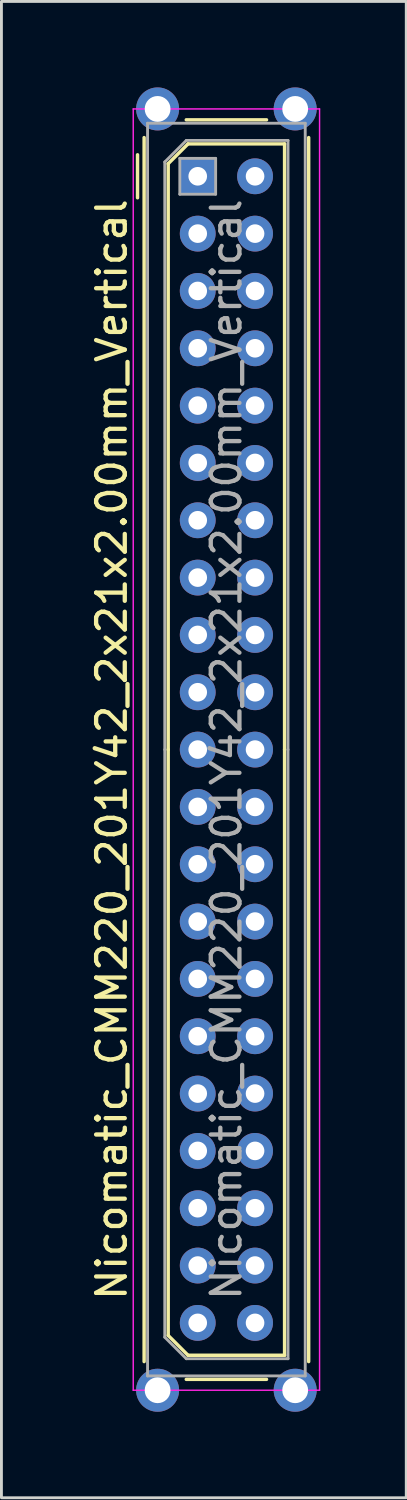
<source format=kicad_pcb>
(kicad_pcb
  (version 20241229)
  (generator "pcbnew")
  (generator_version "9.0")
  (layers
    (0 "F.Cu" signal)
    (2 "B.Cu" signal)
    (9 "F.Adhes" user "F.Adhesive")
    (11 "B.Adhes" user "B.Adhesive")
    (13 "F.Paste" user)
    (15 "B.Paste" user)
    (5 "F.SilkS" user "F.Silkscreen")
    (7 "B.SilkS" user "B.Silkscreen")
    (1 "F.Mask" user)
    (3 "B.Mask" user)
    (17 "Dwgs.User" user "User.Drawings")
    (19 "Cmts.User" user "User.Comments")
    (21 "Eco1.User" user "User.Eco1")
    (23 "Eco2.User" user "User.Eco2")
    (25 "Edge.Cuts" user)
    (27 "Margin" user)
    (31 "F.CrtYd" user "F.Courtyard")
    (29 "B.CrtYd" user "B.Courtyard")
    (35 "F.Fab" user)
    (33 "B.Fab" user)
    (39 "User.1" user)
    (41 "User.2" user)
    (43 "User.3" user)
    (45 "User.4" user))
  (footprint "Nicomatic_CMM220_201Y42_2x21x2.00mm_Vertical"
    (layer "F.Cu")
    (at 3.848 3.1)
    (property "Reference" "Nicomatic_CMM220_201Y42_2x21x2.00mm_Vertical" (at -3 20 90) (layer "F.SilkS") (effects (font (size 1 1) (thickness 0.15))))
    (attr through_hole)
    (fp_line (start -2.1 -0.75) (end -2.1 0.75) (stroke (width 0.12) (type solid)) (layer "F.SilkS"))
    (fp_line (start -1.87 41.35) (end -1.87 -1.35) (stroke (width 0.12) (type solid)) (layer "F.SilkS"))
    (fp_line (start -1.03 -0.44) (end -0.34 -1.13) (stroke (width 0.12) (type solid)) (layer "F.SilkS"))
    (fp_line (start -1.03 20) (end -1.03 -0.44) (stroke (width 0.12) (type solid)) (layer "F.SilkS"))
    (fp_line (start -1.03 20) (end -1.03 40.44) (stroke (width 0.12) (type solid)) (layer "F.SilkS"))
    (fp_line (start -1.03 40.44) (end -0.34 41.13) (stroke (width 0.12) (type solid)) (layer "F.SilkS"))
    (fp_line (start -0.4 -1.97) (end 2.4 -1.97) (stroke (width 0.12) (type solid)) (layer "F.SilkS"))
    (fp_line (start -0.4 41.97) (end 2.4 41.97) (stroke (width 0.12) (type solid)) (layer "F.SilkS"))
    (fp_line (start -0.34 -1.13) (end 3.03 -1.13) (stroke (width 0.12) (type solid)) (layer "F.SilkS"))
    (fp_line (start -0.34 41.13) (end 3.03 41.13) (stroke (width 0.12) (type solid)) (layer "F.SilkS"))
    (fp_line (start 3.03 -1.13) (end 3.03 20) (stroke (width 0.12) (type solid)) (layer "F.SilkS"))
    (fp_line (start 3.03 41.13) (end 3.03 20) (stroke (width 0.12) (type solid)) (layer "F.SilkS"))
    (fp_line (start 3.87 41.35) (end 3.87 -1.35) (stroke (width 0.12) (type solid)) (layer "F.SilkS"))
    (fp_line (start -2.25 -2.35) (end -2.25 42.35) (stroke (width 0.05) (type solid)) (layer "F.CrtYd"))
    (fp_line (start -2.25 42.35) (end 4.25 42.35) (stroke (width 0.05) (type solid)) (layer "F.CrtYd"))
    (fp_line (start 4.25 -2.35) (end -2.25 -2.35) (stroke (width 0.05) (type solid)) (layer "F.CrtYd"))
    (fp_line (start 4.25 42.35) (end 4.25 -2.35) (stroke (width 0.05) (type solid)) (layer "F.CrtYd"))
    (fp_line (start -1.75 -1.85) (end -1.75 41.85) (stroke (width 0.1) (type solid)) (layer "F.Fab"))
    (fp_line (start -1.75 41.85) (end 3.75 41.85) (stroke (width 0.1) (type solid)) (layer "F.Fab"))
    (fp_line (start -1.15 -0.5) (end -0.4 -1.25) (stroke (width 0.1) (type solid)) (layer "F.Fab"))
    (fp_line (start -1.15 20) (end -1.15 -0.5) (stroke (width 0.1) (type solid)) (layer "F.Fab"))
    (fp_line (start -1.15 20) (end -1.15 40.5) (stroke (width 0.1) (type solid)) (layer "F.Fab"))
    (fp_line (start -1.15 40.5) (end -0.4 41.25) (stroke (width 0.1) (type solid)) (layer "F.Fab"))
    (fp_line (start -0.625 -0.625) (end -0.625 0.625) (stroke (width 0.1) (type solid)) (layer "F.Fab"))
    (fp_line (start -0.625 0.625) (end 0.625 0.625) (stroke (width 0.1) (type solid)) (layer "F.Fab"))
    (fp_line (start -0.4 -1.25) (end 3.15 -1.25) (stroke (width 0.1) (type solid)) (layer "F.Fab"))
    (fp_line (start -0.4 41.25) (end 3.15 41.25) (stroke (width 0.1) (type solid)) (layer "F.Fab"))
    (fp_line (start 0.625 -0.625) (end -0.625 -0.625) (stroke (width 0.1) (type solid)) (layer "F.Fab"))
    (fp_line (start 0.625 0.625) (end 0.625 -0.625) (stroke (width 0.1) (type solid)) (layer "F.Fab"))
    (fp_line (start 3.15 -1.25) (end 3.15 20) (stroke (width 0.1) (type solid)) (layer "F.Fab"))
    (fp_line (start 3.15 41.25) (end 3.15 20) (stroke (width 0.1) (type solid)) (layer "F.Fab"))
    (fp_line (start 3.75 -1.85) (end -1.75 -1.85) (stroke (width 0.1) (type solid)) (layer "F.Fab"))
    (fp_line (start 3.75 41.85) (end 3.75 -1.85) (stroke (width 0.1) (type solid)) (layer "F.Fab"))
    (fp_text user "${REFERENCE}" (at 1 20 90) (layer "F.Fab") (effects (font (size 1 1) (thickness 0.15))))
    (pad "" thru_hole circle (at -1.4 -2.35) (size 1.5 1.5) (drill 0.9) (layers "*.Cu" "*.Mask"))
    (pad "" thru_hole circle (at -1.4 42.35) (size 1.5 1.5) (drill 0.9) (layers "*.Cu" "*.Mask"))
    (pad "" thru_hole circle (at 3.4 -2.35) (size 1.5 1.5) (drill 0.9) (layers "*.Cu" "*.Mask"))
    (pad "" thru_hole circle (at 3.4 42.35) (size 1.5 1.5) (drill 0.9) (layers "*.Cu" "*.Mask"))
    (pad "1" thru_hole rect (at 0 0) (size 1.25 1.25) (drill 0.65) (layers "*.Cu" "*.Mask"))
    (pad "2" thru_hole oval (at 0 2) (size 1.25 1.25) (drill 0.65) (layers "*.Cu" "*.Mask"))
    (pad "3" thru_hole oval (at 0 4) (size 1.25 1.25) (drill 0.65) (layers "*.Cu" "*.Mask"))
    (pad "4" thru_hole oval (at 0 6) (size 1.25 1.25) (drill 0.65) (layers "*.Cu" "*.Mask"))
    (pad "5" thru_hole oval (at 0 8) (size 1.25 1.25) (drill 0.65) (layers "*.Cu" "*.Mask"))
    (pad "6" thru_hole oval (at 0 10) (size 1.25 1.25) (drill 0.65) (layers "*.Cu" "*.Mask"))
    (pad "7" thru_hole oval (at 0 12) (size 1.25 1.25) (drill 0.65) (layers "*.Cu" "*.Mask"))
    (pad "8" thru_hole oval (at 0 14) (size 1.25 1.25) (drill 0.65) (layers "*.Cu" "*.Mask"))
    (pad "9" thru_hole oval (at 0 16) (size 1.25 1.25) (drill 0.65) (layers "*.Cu" "*.Mask"))
    (pad "10" thru_hole oval (at 0 18) (size 1.25 1.25) (drill 0.65) (layers "*.Cu" "*.Mask"))
    (pad "11" thru_hole oval (at 0 20) (size 1.25 1.25) (drill 0.65) (layers "*.Cu" "*.Mask"))
    (pad "12" thru_hole oval (at 0 22) (size 1.25 1.25) (drill 0.65) (layers "*.Cu" "*.Mask"))
    (pad "13" thru_hole oval (at 0 24) (size 1.25 1.25) (drill 0.65) (layers "*.Cu" "*.Mask"))
    (pad "14" thru_hole oval (at 0 26) (size 1.25 1.25) (drill 0.65) (layers "*.Cu" "*.Mask"))
    (pad "15" thru_hole oval (at 0 28) (size 1.25 1.25) (drill 0.65) (layers "*.Cu" "*.Mask"))
    (pad "16" thru_hole oval (at 0 30) (size 1.25 1.25) (drill 0.65) (layers "*.Cu" "*.Mask"))
    (pad "17" thru_hole oval (at 0 32) (size 1.25 1.25) (drill 0.65) (layers "*.Cu" "*.Mask"))
    (pad "18" thru_hole oval (at 0 34) (size 1.25 1.25) (drill 0.65) (layers "*.Cu" "*.Mask"))
    (pad "19" thru_hole oval (at 0 36) (size 1.25 1.25) (drill 0.65) (layers "*.Cu" "*.Mask"))
    (pad "20" thru_hole oval (at 0 38) (size 1.25 1.25) (drill 0.65) (layers "*.Cu" "*.Mask"))
    (pad "21" thru_hole oval (at 0 40) (size 1.25 1.25) (drill 0.65) (layers "*.Cu" "*.Mask"))
    (pad "22" thru_hole oval (at 2 0) (size 1.25 1.25) (drill 0.65) (layers "*.Cu" "*.Mask"))
    (pad "23" thru_hole oval (at 2 2) (size 1.25 1.25) (drill 0.65) (layers "*.Cu" "*.Mask"))
    (pad "24" thru_hole oval (at 2 4) (size 1.25 1.25) (drill 0.65) (layers "*.Cu" "*.Mask"))
    (pad "25" thru_hole oval (at 2 6) (size 1.25 1.25) (drill 0.65) (layers "*.Cu" "*.Mask"))
    (pad "26" thru_hole oval (at 2 8) (size 1.25 1.25) (drill 0.65) (layers "*.Cu" "*.Mask"))
    (pad "27" thru_hole oval (at 2 10) (size 1.25 1.25) (drill 0.65) (layers "*.Cu" "*.Mask"))
    (pad "28" thru_hole oval (at 2 12) (size 1.25 1.25) (drill 0.65) (layers "*.Cu" "*.Mask"))
    (pad "29" thru_hole oval (at 2 14) (size 1.25 1.25) (drill 0.65) (layers "*.Cu" "*.Mask"))
    (pad "30" thru_hole oval (at 2 16) (size 1.25 1.25) (drill 0.65) (layers "*.Cu" "*.Mask"))
    (pad "31" thru_hole oval (at 2 18) (size 1.25 1.25) (drill 0.65) (layers "*.Cu" "*.Mask"))
    (pad "32" thru_hole oval (at 2 20) (size 1.25 1.25) (drill 0.65) (layers "*.Cu" "*.Mask"))
    (pad "33" thru_hole oval (at 2 22) (size 1.25 1.25) (drill 0.65) (layers "*.Cu" "*.Mask"))
    (pad "34" thru_hole oval (at 2 24) (size 1.25 1.25) (drill 0.65) (layers "*.Cu" "*.Mask"))
    (pad "35" thru_hole oval (at 2 26) (size 1.25 1.25) (drill 0.65) (layers "*.Cu" "*.Mask"))
    (pad "36" thru_hole oval (at 2 28) (size 1.25 1.25) (drill 0.65) (layers "*.Cu" "*.Mask"))
    (pad "37" thru_hole oval (at 2 30) (size 1.25 1.25) (drill 0.65) (layers "*.Cu" "*.Mask"))
    (pad "38" thru_hole oval (at 2 32) (size 1.25 1.25) (drill 0.65) (layers "*.Cu" "*.Mask"))
    (pad "39" thru_hole oval (at 2 34) (size 1.25 1.25) (drill 0.65) (layers "*.Cu" "*.Mask"))
    (pad "40" thru_hole oval (at 2 36) (size 1.25 1.25) (drill 0.65) (layers "*.Cu" "*.Mask"))
    (pad "41" thru_hole oval (at 2 38) (size 1.25 1.25) (drill 0.65) (layers "*.Cu" "*.Mask"))
    (pad "42" thru_hole oval (at 2 40) (size 1.25 1.25) (drill 0.65) (layers "*.Cu" "*.Mask")))
  (gr_rect
    (start -3 -3)
    (end 11.123 49.2)
    (stroke (width 0.1) (type default))
    (fill no)
    (layer "Edge.Cuts")))
</source>
